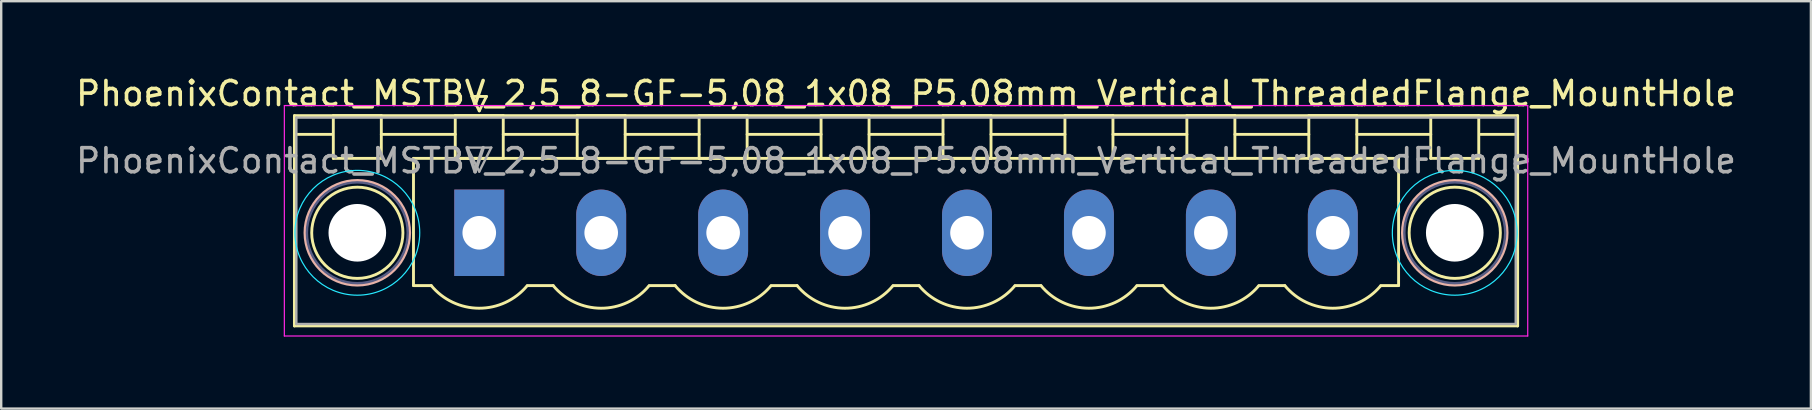
<source format=kicad_pcb>
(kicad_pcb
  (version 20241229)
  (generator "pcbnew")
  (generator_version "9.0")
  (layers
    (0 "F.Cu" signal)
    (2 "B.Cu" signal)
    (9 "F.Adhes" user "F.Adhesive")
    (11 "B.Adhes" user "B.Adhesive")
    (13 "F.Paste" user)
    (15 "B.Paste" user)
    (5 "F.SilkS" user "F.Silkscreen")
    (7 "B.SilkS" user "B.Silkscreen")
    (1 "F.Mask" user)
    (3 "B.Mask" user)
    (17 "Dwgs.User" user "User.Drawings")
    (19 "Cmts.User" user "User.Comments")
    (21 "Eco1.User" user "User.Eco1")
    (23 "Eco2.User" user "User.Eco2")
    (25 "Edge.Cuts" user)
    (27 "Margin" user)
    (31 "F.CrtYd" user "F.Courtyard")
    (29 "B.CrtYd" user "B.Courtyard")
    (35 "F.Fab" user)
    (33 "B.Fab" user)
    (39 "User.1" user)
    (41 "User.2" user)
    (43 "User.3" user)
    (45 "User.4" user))
  (footprint "PhoenixContact_MSTBV_2,5_8-GF-5,08_1x08_P5.08mm_Vertical_ThreadedFlange_MountHole"
    (layer "F.Cu")
    (at 16.916 6.648)
    (property "Reference" "PhoenixContact_MSTBV_2,5_8-GF-5,08_1x08_P5.08mm_Vertical_ThreadedFlange_MountHole" (at 17.78 -5.8 0) (layer "F.SilkS") (effects (font (size 1 1) (thickness 0.15))))
    (attr through_hole)
    (fp_line (start -7.7 -4.88) (end -7.7 3.88) (stroke (width 0.12) (type solid)) (layer "F.SilkS"))
    (fp_line (start -7.7 -4.1) (end -6.16 -4.1) (stroke (width 0.12) (type solid)) (layer "F.SilkS"))
    (fp_line (start -7.7 3.88) (end 43.26 3.88) (stroke (width 0.12) (type solid)) (layer "F.SilkS"))
    (fp_line (start -6.08 -4.88) (end -4.08 -4.88) (stroke (width 0.12) (type solid)) (layer "F.SilkS"))
    (fp_line (start -6.08 -3.1) (end -6.08 -4.88) (stroke (width 0.12) (type solid)) (layer "F.SilkS"))
    (fp_line (start -4.08 -4.88) (end -4.08 -3.1) (stroke (width 0.12) (type solid)) (layer "F.SilkS"))
    (fp_line (start -4.08 -4.1) (end -1 -4.1) (stroke (width 0.12) (type solid)) (layer "F.SilkS"))
    (fp_line (start -4.08 -3.1) (end -6.08 -3.1) (stroke (width 0.12) (type solid)) (layer "F.SilkS"))
    (fp_line (start -2.74 -3.1) (end 38.3 -3.1) (stroke (width 0.12) (type solid)) (layer "F.SilkS"))
    (fp_line (start -2.74 2.2) (end -2.74 -3.1) (stroke (width 0.12) (type solid)) (layer "F.SilkS"))
    (fp_line (start -2 2.2) (end -2.74 2.2) (stroke (width 0.12) (type solid)) (layer "F.SilkS"))
    (fp_line (start -1 -4.88) (end 1 -4.88) (stroke (width 0.12) (type solid)) (layer "F.SilkS"))
    (fp_line (start -1 -3.1) (end -1 -4.88) (stroke (width 0.12) (type solid)) (layer "F.SilkS"))
    (fp_line (start -0.3 -5.68) (end 0.3 -5.68) (stroke (width 0.12) (type solid)) (layer "F.SilkS"))
    (fp_line (start 0 -5.08) (end -0.3 -5.68) (stroke (width 0.12) (type solid)) (layer "F.SilkS"))
    (fp_line (start 0.3 -5.68) (end 0 -5.08) (stroke (width 0.12) (type solid)) (layer "F.SilkS"))
    (fp_line (start 1 -4.88) (end 1 -3.1) (stroke (width 0.12) (type solid)) (layer "F.SilkS"))
    (fp_line (start 1 -4.1) (end 4.08 -4.1) (stroke (width 0.12) (type solid)) (layer "F.SilkS"))
    (fp_line (start 1 -3.1) (end -1 -3.1) (stroke (width 0.12) (type solid)) (layer "F.SilkS"))
    (fp_line (start 2 2.2) (end 3.08 2.2) (stroke (width 0.12) (type solid)) (layer "F.SilkS"))
    (fp_line (start 4.08 -4.88) (end 6.08 -4.88) (stroke (width 0.12) (type solid)) (layer "F.SilkS"))
    (fp_line (start 4.08 -3.1) (end 4.08 -4.88) (stroke (width 0.12) (type solid)) (layer "F.SilkS"))
    (fp_line (start 6.08 -4.88) (end 6.08 -3.1) (stroke (width 0.12) (type solid)) (layer "F.SilkS"))
    (fp_line (start 6.08 -4.1) (end 9.16 -4.1) (stroke (width 0.12) (type solid)) (layer "F.SilkS"))
    (fp_line (start 6.08 -3.1) (end 4.08 -3.1) (stroke (width 0.12) (type solid)) (layer "F.SilkS"))
    (fp_line (start 7.08 2.2) (end 8.16 2.2) (stroke (width 0.12) (type solid)) (layer "F.SilkS"))
    (fp_line (start 9.16 -4.88) (end 11.16 -4.88) (stroke (width 0.12) (type solid)) (layer "F.SilkS"))
    (fp_line (start 9.16 -3.1) (end 9.16 -4.88) (stroke (width 0.12) (type solid)) (layer "F.SilkS"))
    (fp_line (start 11.16 -4.88) (end 11.16 -3.1) (stroke (width 0.12) (type solid)) (layer "F.SilkS"))
    (fp_line (start 11.16 -4.1) (end 14.24 -4.1) (stroke (width 0.12) (type solid)) (layer "F.SilkS"))
    (fp_line (start 11.16 -3.1) (end 9.16 -3.1) (stroke (width 0.12) (type solid)) (layer "F.SilkS"))
    (fp_line (start 12.16 2.2) (end 13.24 2.2) (stroke (width 0.12) (type solid)) (layer "F.SilkS"))
    (fp_line (start 14.24 -4.88) (end 16.24 -4.88) (stroke (width 0.12) (type solid)) (layer "F.SilkS"))
    (fp_line (start 14.24 -3.1) (end 14.24 -4.88) (stroke (width 0.12) (type solid)) (layer "F.SilkS"))
    (fp_line (start 16.24 -4.88) (end 16.24 -3.1) (stroke (width 0.12) (type solid)) (layer "F.SilkS"))
    (fp_line (start 16.24 -4.1) (end 19.32 -4.1) (stroke (width 0.12) (type solid)) (layer "F.SilkS"))
    (fp_line (start 16.24 -3.1) (end 14.24 -3.1) (stroke (width 0.12) (type solid)) (layer "F.SilkS"))
    (fp_line (start 17.24 2.2) (end 18.32 2.2) (stroke (width 0.12) (type solid)) (layer "F.SilkS"))
    (fp_line (start 19.32 -4.88) (end 21.32 -4.88) (stroke (width 0.12) (type solid)) (layer "F.SilkS"))
    (fp_line (start 19.32 -3.1) (end 19.32 -4.88) (stroke (width 0.12) (type solid)) (layer "F.SilkS"))
    (fp_line (start 21.32 -4.88) (end 21.32 -3.1) (stroke (width 0.12) (type solid)) (layer "F.SilkS"))
    (fp_line (start 21.32 -4.1) (end 24.4 -4.1) (stroke (width 0.12) (type solid)) (layer "F.SilkS"))
    (fp_line (start 21.32 -3.1) (end 19.32 -3.1) (stroke (width 0.12) (type solid)) (layer "F.SilkS"))
    (fp_line (start 22.32 2.2) (end 23.4 2.2) (stroke (width 0.12) (type solid)) (layer "F.SilkS"))
    (fp_line (start 24.4 -4.88) (end 26.4 -4.88) (stroke (width 0.12) (type solid)) (layer "F.SilkS"))
    (fp_line (start 24.4 -3.1) (end 24.4 -4.88) (stroke (width 0.12) (type solid)) (layer "F.SilkS"))
    (fp_line (start 26.4 -4.88) (end 26.4 -3.1) (stroke (width 0.12) (type solid)) (layer "F.SilkS"))
    (fp_line (start 26.4 -4.1) (end 29.48 -4.1) (stroke (width 0.12) (type solid)) (layer "F.SilkS"))
    (fp_line (start 26.4 -3.1) (end 24.4 -3.1) (stroke (width 0.12) (type solid)) (layer "F.SilkS"))
    (fp_line (start 27.4 2.2) (end 28.48 2.2) (stroke (width 0.12) (type solid)) (layer "F.SilkS"))
    (fp_line (start 29.48 -4.88) (end 31.48 -4.88) (stroke (width 0.12) (type solid)) (layer "F.SilkS"))
    (fp_line (start 29.48 -3.1) (end 29.48 -4.88) (stroke (width 0.12) (type solid)) (layer "F.SilkS"))
    (fp_line (start 31.48 -4.88) (end 31.48 -3.1) (stroke (width 0.12) (type solid)) (layer "F.SilkS"))
    (fp_line (start 31.48 -4.1) (end 34.56 -4.1) (stroke (width 0.12) (type solid)) (layer "F.SilkS"))
    (fp_line (start 31.48 -3.1) (end 29.48 -3.1) (stroke (width 0.12) (type solid)) (layer "F.SilkS"))
    (fp_line (start 32.48 2.2) (end 33.56 2.2) (stroke (width 0.12) (type solid)) (layer "F.SilkS"))
    (fp_line (start 34.56 -4.88) (end 36.56 -4.88) (stroke (width 0.12) (type solid)) (layer "F.SilkS"))
    (fp_line (start 34.56 -3.1) (end 34.56 -4.88) (stroke (width 0.12) (type solid)) (layer "F.SilkS"))
    (fp_line (start 36.56 -4.88) (end 36.56 -3.1) (stroke (width 0.12) (type solid)) (layer "F.SilkS"))
    (fp_line (start 36.56 -4.1) (end 39.64 -4.1) (stroke (width 0.12) (type solid)) (layer "F.SilkS"))
    (fp_line (start 36.56 -3.1) (end 34.56 -3.1) (stroke (width 0.12) (type solid)) (layer "F.SilkS"))
    (fp_line (start 38.3 -3.1) (end 38.3 2.2) (stroke (width 0.12) (type solid)) (layer "F.SilkS"))
    (fp_line (start 38.3 2.2) (end 37.56 2.2) (stroke (width 0.12) (type solid)) (layer "F.SilkS"))
    (fp_line (start 39.64 -4.88) (end 41.64 -4.88) (stroke (width 0.12) (type solid)) (layer "F.SilkS"))
    (fp_line (start 39.64 -3.1) (end 39.64 -4.88) (stroke (width 0.12) (type solid)) (layer "F.SilkS"))
    (fp_line (start 41.64 -4.88) (end 41.64 -3.1) (stroke (width 0.12) (type solid)) (layer "F.SilkS"))
    (fp_line (start 41.64 -3.1) (end 39.64 -3.1) (stroke (width 0.12) (type solid)) (layer "F.SilkS"))
    (fp_line (start 43.26 -4.88) (end -7.7 -4.88) (stroke (width 0.12) (type solid)) (layer "F.SilkS"))
    (fp_line (start 43.26 -4.1) (end 41.72 -4.1) (stroke (width 0.12) (type solid)) (layer "F.SilkS"))
    (fp_line (start 43.26 3.88) (end 43.26 -4.88) (stroke (width 0.12) (type solid)) (layer "F.SilkS"))
    (fp_arc (start 1.986842 2.215821) (mid -0.010289 3.142758) (end -2 2.2) (stroke (width 0.12) (type solid)) (layer "F.SilkS"))
    (fp_arc (start 7.066842 2.215821) (mid 5.069711 3.142758) (end 3.08 2.2) (stroke (width 0.12) (type solid)) (layer "F.SilkS"))
    (fp_arc (start 12.146842 2.215821) (mid 10.149711 3.142758) (end 8.16 2.2) (stroke (width 0.12) (type solid)) (layer "F.SilkS"))
    (fp_arc (start 17.226842 2.215821) (mid 15.229711 3.142758) (end 13.24 2.2) (stroke (width 0.12) (type solid)) (layer "F.SilkS"))
    (fp_arc (start 22.306842 2.215821) (mid 20.309711 3.142758) (end 18.32 2.2) (stroke (width 0.12) (type solid)) (layer "F.SilkS"))
    (fp_arc (start 27.386842 2.215821) (mid 25.389711 3.142758) (end 23.4 2.2) (stroke (width 0.12) (type solid)) (layer "F.SilkS"))
    (fp_arc (start 32.466842 2.215821) (mid 30.469711 3.142758) (end 28.48 2.2) (stroke (width 0.12) (type solid)) (layer "F.SilkS"))
    (fp_arc (start 37.546842 2.215821) (mid 35.549711 3.142758) (end 33.56 2.2) (stroke (width 0.12) (type solid)) (layer "F.SilkS"))
    (fp_circle (center -5.08 0) (end -3.18 0) (stroke (width 0.12) (type solid)) (fill no) (layer "F.SilkS"))
    (fp_circle (center 40.64 0) (end 42.54 0) (stroke (width 0.12) (type solid)) (fill no) (layer "F.SilkS"))
    (fp_circle (center -5.08 0) (end -2.9 0) (stroke (width 0.12) (type solid)) (fill no) (layer "B.SilkS"))
    (fp_circle (center 40.64 0) (end 42.82 0) (stroke (width 0.12) (type solid)) (fill no) (layer "B.SilkS"))
    (fp_circle (center -5.08 0) (end -2.48 0) (stroke (width 0.05) (type solid)) (fill no) (layer "B.CrtYd"))
    (fp_circle (center 40.64 0) (end 43.24 0) (stroke (width 0.05) (type solid)) (fill no) (layer "B.CrtYd"))
    (fp_line (start -8.12 -5.3) (end -8.12 4.3) (stroke (width 0.05) (type solid)) (layer "F.CrtYd"))
    (fp_line (start -8.12 4.3) (end 43.68 4.3) (stroke (width 0.05) (type solid)) (layer "F.CrtYd"))
    (fp_line (start 43.68 -5.3) (end -8.12 -5.3) (stroke (width 0.05) (type solid)) (layer "F.CrtYd"))
    (fp_line (start 43.68 4.3) (end 43.68 -5.3) (stroke (width 0.05) (type solid)) (layer "F.CrtYd"))
    (fp_circle (center -5.08 0) (end -2.98 0) (stroke (width 0.1) (type solid)) (fill no) (layer "B.Fab"))
    (fp_circle (center 40.64 0) (end 42.74 0) (stroke (width 0.1) (type solid)) (fill no) (layer "B.Fab"))
    (fp_line (start -7.62 -4.8) (end -7.62 3.8) (stroke (width 0.1) (type solid)) (layer "F.Fab"))
    (fp_line (start -7.62 3.8) (end 43.18 3.8) (stroke (width 0.1) (type solid)) (layer "F.Fab"))
    (fp_line (start -0.5 -3.55) (end 0.5 -3.55) (stroke (width 0.1) (type solid)) (layer "F.Fab"))
    (fp_line (start 0 -2.55) (end -0.5 -3.55) (stroke (width 0.1) (type solid)) (layer "F.Fab"))
    (fp_line (start 0.5 -3.55) (end 0 -2.55) (stroke (width 0.1) (type solid)) (layer "F.Fab"))
    (fp_line (start 43.18 -4.8) (end -7.62 -4.8) (stroke (width 0.1) (type solid)) (layer "F.Fab"))
    (fp_line (start 43.18 3.8) (end 43.18 -4.8) (stroke (width 0.1) (type solid)) (layer "F.Fab"))
    (fp_text user "${REFERENCE}" (at 17.78 -3 0) (layer "F.Fab") (effects (font (size 1 1) (thickness 0.15))))
    (pad "" np_thru_hole circle (at -5.08 0) (size 2.4 2.4) (drill 2.4) (layers "*.Cu" "*.Mask"))
    (pad "" np_thru_hole circle (at 40.64 0) (size 2.4 2.4) (drill 2.4) (layers "*.Cu" "*.Mask"))
    (pad "1" thru_hole rect (at 0 0) (size 2.08 3.6) (drill 1.4) (layers "*.Cu" "*.Mask"))
    (pad "2" thru_hole oval (at 5.08 0) (size 2.08 3.6) (drill 1.4) (layers "*.Cu" "*.Mask"))
    (pad "3" thru_hole oval (at 10.16 0) (size 2.08 3.6) (drill 1.4) (layers "*.Cu" "*.Mask"))
    (pad "4" thru_hole oval (at 15.24 0) (size 2.08 3.6) (drill 1.4) (layers "*.Cu" "*.Mask"))
    (pad "5" thru_hole oval (at 20.32 0) (size 2.08 3.6) (drill 1.4) (layers "*.Cu" "*.Mask"))
    (pad "6" thru_hole oval (at 25.4 0) (size 2.08 3.6) (drill 1.4) (layers "*.Cu" "*.Mask"))
    (pad "7" thru_hole oval (at 30.48 0) (size 2.08 3.6) (drill 1.4) (layers "*.Cu" "*.Mask"))
    (pad "8" thru_hole oval (at 35.56 0) (size 2.08 3.6) (drill 1.4) (layers "*.Cu" "*.Mask")))
  (gr_rect
    (start -3 -3)
    (end 72.393 13.973)
    (stroke (width 0.1) (type default))
    (fill no)
    (layer "Edge.Cuts")))
</source>
